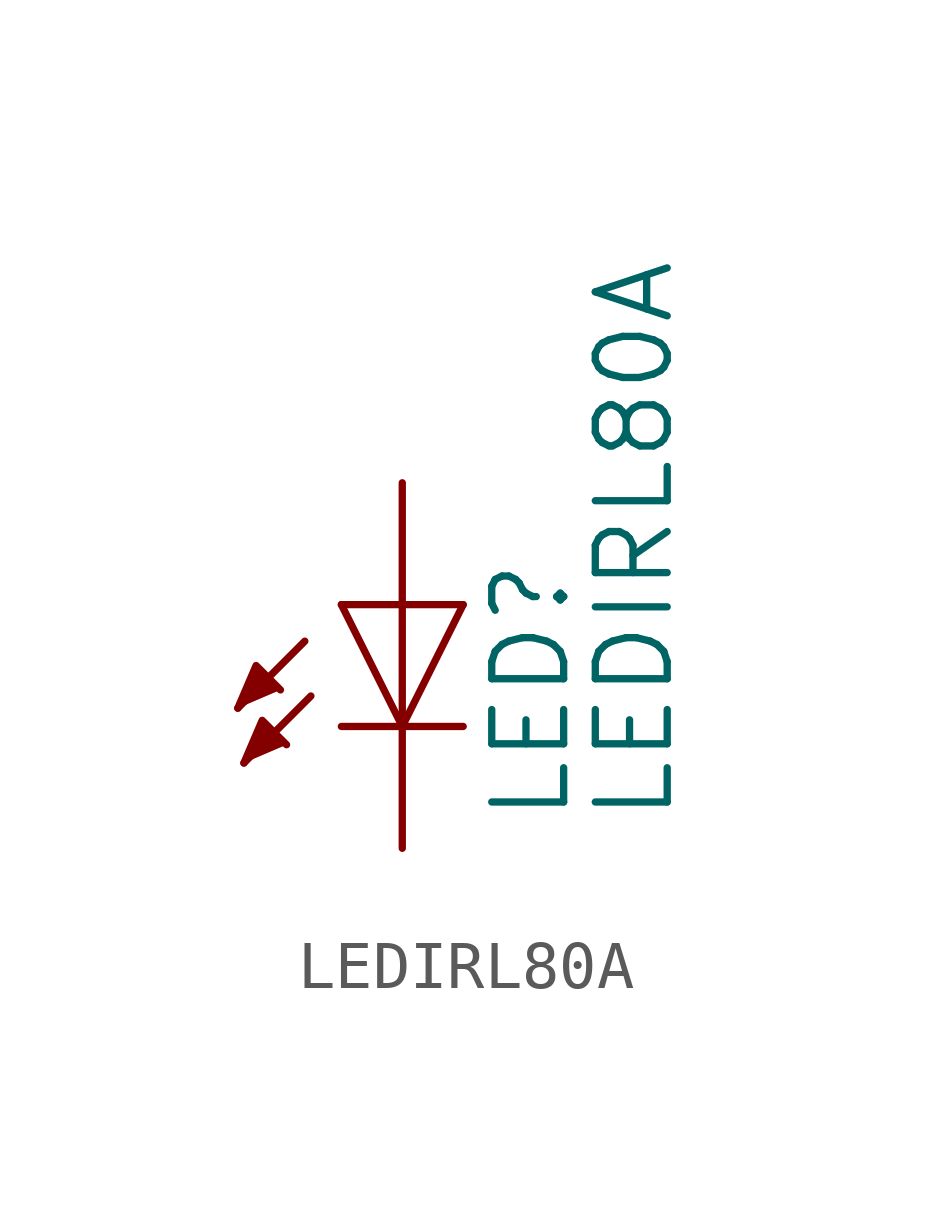
<source format=kicad_sym>
(kicad_symbol_lib
  (version 20211014)
  (generator kicad_symbol_editor)
  (symbol "LEDIRL80A"
    (pin_names
      (offset 1.016))
    (property "Reference" "LED"
      (at 3.556 -4.572 90)
      (effects (font (size 1.499 1.499)) (justify left bottom)))
    (property "Value" "LEDIRL80A"
      (at 5.715 -4.572 90)
      (effects (font (size 1.499 1.499)) (justify left bottom)))
    (property "ki_locked" ""
      (at 0 0 0)
      (effects (font (size 1.27 1.27))))
    (symbol "LEDIRL80A_1_0"
      (polyline (pts (xy -2.032 -0.762) (xy -3.429 -2.159)) (stroke (width 0) (type default) (color 0 0 0 0)) (fill (type none)))
      (polyline (pts (xy -1.905 -1.905) (xy -3.302 -3.302)) (stroke (width 0) (type default) (color 0 0 0 0)) (fill (type none)))
      (polyline (pts (xy 0 -2.54) (xy -1.27 -2.54)) (stroke (width 0) (type default) (color 0 0 0 0)) (fill (type none)))
      (polyline (pts (xy 0 -2.54) (xy -1.27 0)) (stroke (width 0) (type default) (color 0 0 0 0)) (fill (type none)))
      (polyline (pts (xy 0 0) (xy -1.27 0)) (stroke (width 0) (type default) (color 0 0 0 0)) (fill (type none)))
      (polyline (pts (xy 0 0) (xy 0 -2.54)) (stroke (width 0) (type default) (color 0 0 0 0)) (fill (type none)))
      (polyline (pts (xy 1.27 -2.54) (xy 0 -2.54)) (stroke (width 0) (type default) (color 0 0 0 0)) (fill (type none)))
      (polyline (pts (xy 1.27 0) (xy 0 -2.54)) (stroke (width 0) (type default) (color 0 0 0 0)) (fill (type none)))
      (polyline (pts (xy 1.27 0) (xy 0 0)) (stroke (width 0) (type default) (color 0 0 0 0)) (fill (type none)))
      (polyline (pts (xy -3.429 -2.159) (xy -3.048 -1.27) (xy -2.54 -1.778)) (stroke (width 0) (type default) (color 0 0 0 0)) (fill (type outline)))
      (polyline (pts (xy -3.302 -3.302) (xy -2.921 -2.413) (xy -2.413 -2.921)) (stroke (width 0) (type default) (color 0 0 0 0)) (fill (type outline)))
      (pin passive line (at 0 2.54 270) (length 2.54) (name "A" (effects (font (size 0 0)))) (number "A" (effects (font (size 0 0)))))
      (pin passive line (at 0 -5.08 90) (length 2.54) (name "C" (effects (font (size 0 0)))) (number "K" (effects (font (size 0 0))))))))
</source>
